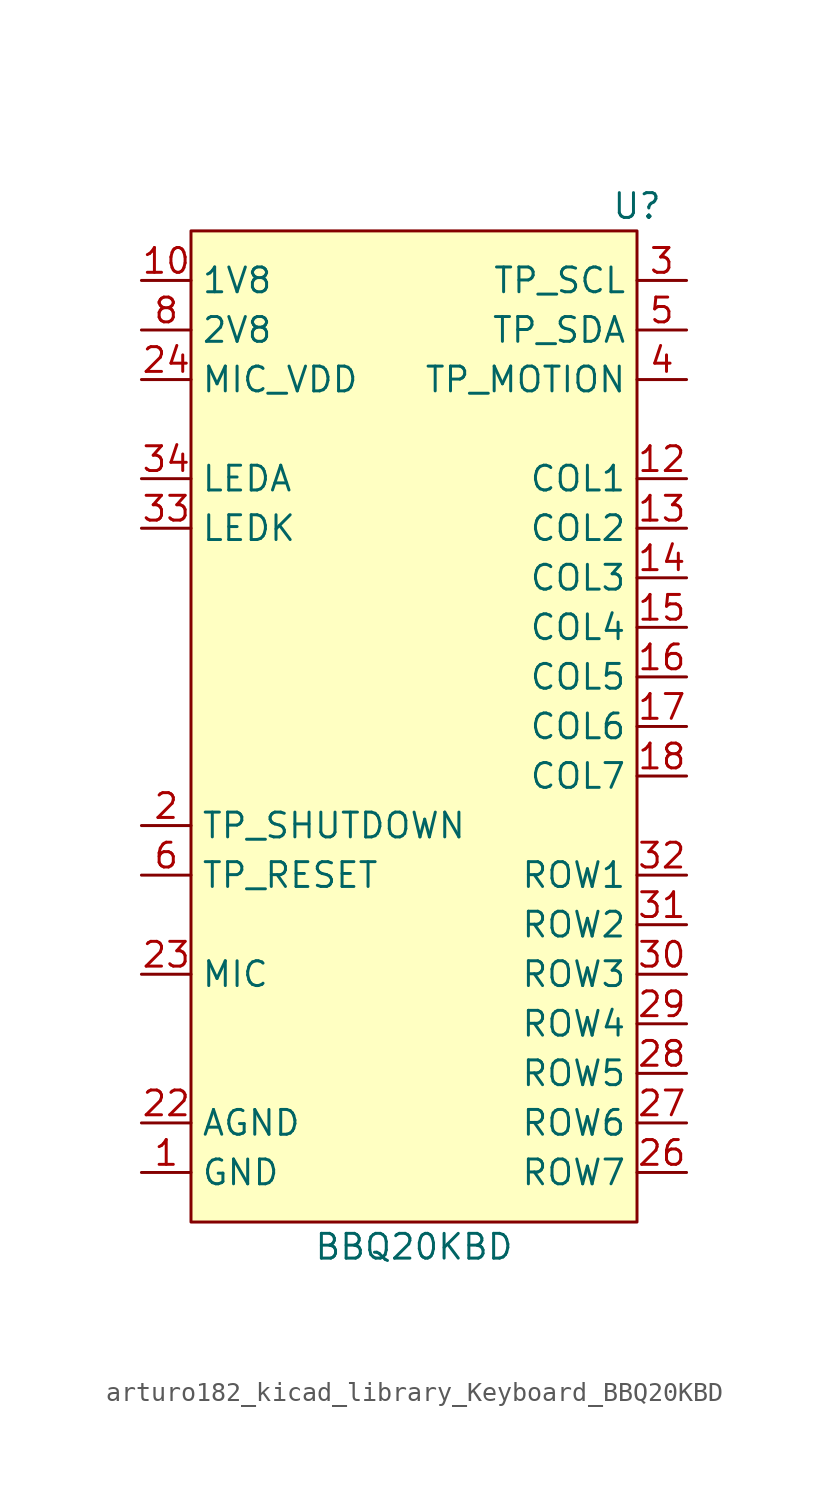
<source format=kicad_sym>
(kicad_symbol_lib
  (version 20220914)
  (generator kicad_symbol_editor)
  (symbol "Keyboard:arturo182_kicad_library_Keyboard_BBQ20KBD"
    (property "Reference" "U"
      (at 11.43 24.13 0)
      (effects (font (size 1.27 1.27))))
    (property "Value" "BBQ20KBD"
      (at 0 -29.21 0)
      (effects (font (size 1.27 1.27))))
    (symbol "arturo182_kicad_library_Keyboard_BBQ20KBD_0_0"
      (pin power_in line (at -13.97 -25.4 0) (length 2.54) (name "GND" (effects (font (size 1.27 1.27)))) (number "1" (effects (font (size 1.27 1.27)))))
      (pin power_in line (at -13.97 20.32 0) (length 2.54) (name "1V8" (effects (font (size 1.27 1.27)))) (number "10" (effects (font (size 1.27 1.27)))))
      (pin passive line (at -13.97 -25.4 0) (length 2.54) hide (name "GND" (effects (font (size 1.27 1.27)))) (number "11" (effects (font (size 1.27 1.27)))))
      (pin input line (at 13.97 10.16 180) (length 2.54) (name "COL1" (effects (font (size 1.27 1.27)))) (number "12" (effects (font (size 1.27 1.27)))))
      (pin input line (at 13.97 7.62 180) (length 2.54) (name "COL2" (effects (font (size 1.27 1.27)))) (number "13" (effects (font (size 1.27 1.27)))))
      (pin input line (at 13.97 5.08 180) (length 2.54) (name "COL3" (effects (font (size 1.27 1.27)))) (number "14" (effects (font (size 1.27 1.27)))))
      (pin input line (at 13.97 2.54 180) (length 2.54) (name "COL4" (effects (font (size 1.27 1.27)))) (number "15" (effects (font (size 1.27 1.27)))))
      (pin input line (at 13.97 0 180) (length 2.54) (name "COL5" (effects (font (size 1.27 1.27)))) (number "16" (effects (font (size 1.27 1.27)))))
      (pin input line (at 13.97 -2.54 180) (length 2.54) (name "COL6" (effects (font (size 1.27 1.27)))) (number "17" (effects (font (size 1.27 1.27)))))
      (pin input line (at 13.97 -5.08 180) (length 2.54) (name "COL7" (effects (font (size 1.27 1.27)))) (number "18" (effects (font (size 1.27 1.27)))))
      (pin passive line (at -13.97 -25.4 0) (length 2.54) hide (name "GND" (effects (font (size 1.27 1.27)))) (number "19" (effects (font (size 1.27 1.27)))))
      (pin input line (at -13.97 -7.62 0) (length 2.54) (name "TP_SHUTDOWN" (effects (font (size 1.27 1.27)))) (number "2" (effects (font (size 1.27 1.27)))))
      (pin passive line (at -13.97 -25.4 0) (length 2.54) hide (name "GND" (effects (font (size 1.27 1.27)))) (number "20" (effects (font (size 1.27 1.27)))))
      (pin passive line (at -13.97 -25.4 0) (length 2.54) hide (name "GND" (effects (font (size 1.27 1.27)))) (number "21" (effects (font (size 1.27 1.27)))))
      (pin power_in line (at -13.97 -22.86 0) (length 2.54) (name "AGND" (effects (font (size 1.27 1.27)))) (number "22" (effects (font (size 1.27 1.27)))))
      (pin output line (at -13.97 -15.24 0) (length 2.54) (name "MIC" (effects (font (size 1.27 1.27)))) (number "23" (effects (font (size 1.27 1.27)))))
      (pin input line (at -13.97 15.24 0) (length 2.54) (name "MIC_VDD" (effects (font (size 1.27 1.27)))) (number "24" (effects (font (size 1.27 1.27)))))
      (pin passive line (at -13.97 -25.4 0) (length 2.54) hide (name "GND" (effects (font (size 1.27 1.27)))) (number "25" (effects (font (size 1.27 1.27)))))
      (pin input line (at 13.97 -25.4 180) (length 2.54) (name "ROW7" (effects (font (size 1.27 1.27)))) (number "26" (effects (font (size 1.27 1.27)))))
      (pin input line (at 13.97 -22.86 180) (length 2.54) (name "ROW6" (effects (font (size 1.27 1.27)))) (number "27" (effects (font (size 1.27 1.27)))))
      (pin input line (at 13.97 -20.32 180) (length 2.54) (name "ROW5" (effects (font (size 1.27 1.27)))) (number "28" (effects (font (size 1.27 1.27)))))
      (pin input line (at 13.97 -17.78 180) (length 2.54) (name "ROW4" (effects (font (size 1.27 1.27)))) (number "29" (effects (font (size 1.27 1.27)))))
      (pin input line (at 13.97 20.32 180) (length 2.54) (name "TP_SCL" (effects (font (size 1.27 1.27)))) (number "3" (effects (font (size 1.27 1.27)))))
      (pin input line (at 13.97 -15.24 180) (length 2.54) (name "ROW3" (effects (font (size 1.27 1.27)))) (number "30" (effects (font (size 1.27 1.27)))))
      (pin input line (at 13.97 -12.7 180) (length 2.54) (name "ROW2" (effects (font (size 1.27 1.27)))) (number "31" (effects (font (size 1.27 1.27)))))
      (pin input line (at 13.97 -10.16 180) (length 2.54) (name "ROW1" (effects (font (size 1.27 1.27)))) (number "32" (effects (font (size 1.27 1.27)))))
      (pin input line (at -13.97 7.62 0) (length 2.54) (name "LEDK" (effects (font (size 1.27 1.27)))) (number "33" (effects (font (size 1.27 1.27)))))
      (pin power_in line (at -13.97 10.16 0) (length 2.54) (name "LEDA" (effects (font (size 1.27 1.27)))) (number "34" (effects (font (size 1.27 1.27)))))
      (pin passive line (at -13.97 7.62 0) (length 2.54) hide (name "LEDK" (effects (font (size 1.27 1.27)))) (number "35" (effects (font (size 1.27 1.27)))))
      (pin passive line (at -13.97 10.16 0) (length 2.54) hide (name "LEDA" (effects (font (size 1.27 1.27)))) (number "36" (effects (font (size 1.27 1.27)))))
      (pin passive line (at -13.97 7.62 0) (length 2.54) hide (name "LEDK" (effects (font (size 1.27 1.27)))) (number "37" (effects (font (size 1.27 1.27)))))
      (pin no_connect line (at 0 -17.78 0) (length 2.54) hide (name "NC" (effects (font (size 1.27 1.27)))) (number "38" (effects (font (size 1.27 1.27)))))
      (pin no_connect line (at 0 -20.32 0) (length 2.54) hide (name "NC" (effects (font (size 1.27 1.27)))) (number "39" (effects (font (size 1.27 1.27)))))
      (pin output line (at 13.97 15.24 180) (length 2.54) (name "TP_MOTION" (effects (font (size 1.27 1.27)))) (number "4" (effects (font (size 1.27 1.27)))))
      (pin passive line (at -13.97 -25.4 0) (length 2.54) hide (name "GND" (effects (font (size 1.27 1.27)))) (number "40" (effects (font (size 1.27 1.27)))))
      (pin bidirectional line (at 13.97 17.78 180) (length 2.54) (name "TP_SDA" (effects (font (size 1.27 1.27)))) (number "5" (effects (font (size 1.27 1.27)))))
      (pin input line (at -13.97 -10.16 0) (length 2.54) (name "TP_RESET" (effects (font (size 1.27 1.27)))) (number "6" (effects (font (size 1.27 1.27)))))
      (pin passive line (at -13.97 -25.4 0) (length 2.54) hide (name "GND" (effects (font (size 1.27 1.27)))) (number "7" (effects (font (size 1.27 1.27)))))
      (pin power_in line (at -13.97 17.78 0) (length 2.54) (name "2V8" (effects (font (size 1.27 1.27)))) (number "8" (effects (font (size 1.27 1.27)))))
      (pin passive line (at -13.97 -25.4 0) (length 2.54) hide (name "GND" (effects (font (size 1.27 1.27)))) (number "9" (effects (font (size 1.27 1.27))))))
    (symbol "arturo182_kicad_library_Keyboard_BBQ20KBD_0_1"
      (rectangle (start -11.43 22.86) (end 11.43 -27.94) (stroke (width 0.152)) (fill (type background))))))
</source>
